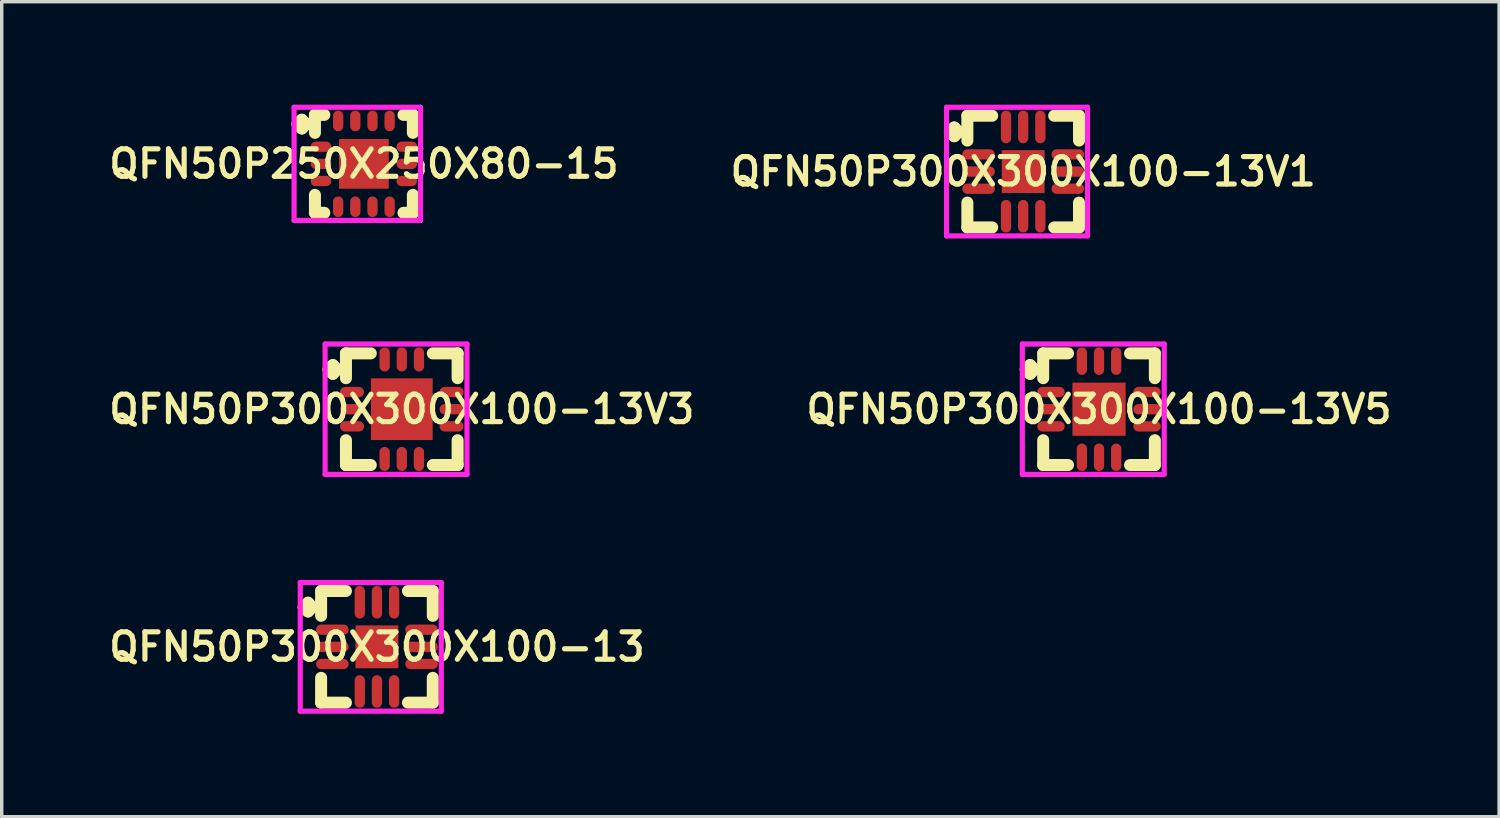
<source format=kicad_pcb>
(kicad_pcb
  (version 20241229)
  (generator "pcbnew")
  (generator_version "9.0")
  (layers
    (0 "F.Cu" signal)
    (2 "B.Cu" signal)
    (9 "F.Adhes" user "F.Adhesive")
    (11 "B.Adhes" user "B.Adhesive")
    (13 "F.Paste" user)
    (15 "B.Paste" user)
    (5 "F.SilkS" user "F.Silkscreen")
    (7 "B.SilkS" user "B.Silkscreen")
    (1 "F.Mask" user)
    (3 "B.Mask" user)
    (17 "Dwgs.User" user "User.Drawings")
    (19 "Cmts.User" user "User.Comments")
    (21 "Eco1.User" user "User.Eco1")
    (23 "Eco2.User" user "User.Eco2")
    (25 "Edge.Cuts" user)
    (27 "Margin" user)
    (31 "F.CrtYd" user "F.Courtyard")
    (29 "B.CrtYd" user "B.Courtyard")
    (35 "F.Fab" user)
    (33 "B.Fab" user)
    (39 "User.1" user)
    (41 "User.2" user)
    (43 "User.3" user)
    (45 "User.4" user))
  (footprint "QFN50P300X300X100-13V3"
    (layer "F.Cu")
    (at 8.659 8.875)
    (property "Reference" "QFN50P300X300X100-13V3" (at 0 0 0) (layer "F.SilkS") (effects (font (size 0.8 0.8) (thickness 0.15))))
    (attr smd)
    (fp_line (start -2.135 -1.158) (end -2.008 -1.285) (stroke (width 0.35) (type solid)) (layer "F.SilkS"))
    (fp_line (start -2.008 -1.285) (end -1.881 -1.158) (stroke (width 0.35) (type solid)) (layer "F.SilkS"))
    (fp_line (start -2.008 -1.031) (end -2.135 -1.158) (stroke (width 0.35) (type solid)) (layer "F.SilkS"))
    (fp_line (start -1.881 -1.158) (end -2.008 -1.031) (stroke (width 0.35) (type solid)) (layer "F.SilkS"))
    (fp_line (start -1.627 -1.627) (end -0.904 -1.627) (stroke (width 0.35) (type solid)) (layer "F.SilkS"))
    (fp_line (start -1.627 -0.904) (end -1.627 -1.627) (stroke (width 0.35) (type solid)) (layer "F.SilkS"))
    (fp_line (start -1.627 0.904) (end -1.627 1.627) (stroke (width 0.35) (type solid)) (layer "F.SilkS"))
    (fp_line (start -1.627 1.627) (end -0.904 1.627) (stroke (width 0.35) (type solid)) (layer "F.SilkS"))
    (fp_line (start 0.904 -1.627) (end 1.627 -1.627) (stroke (width 0.35) (type solid)) (layer "F.SilkS"))
    (fp_line (start 0.904 1.627) (end 1.627 1.627) (stroke (width 0.35) (type solid)) (layer "F.SilkS"))
    (fp_line (start 1.627 -1.627) (end 1.627 -0.904) (stroke (width 0.35) (type solid)) (layer "F.SilkS"))
    (fp_line (start 1.627 1.627) (end 1.627 0.904) (stroke (width 0.35) (type solid)) (layer "F.SilkS"))
    (fp_line (start -2.235 -1.9) (end 1.9 -1.9) (stroke (width 0.15) (type solid)) (layer "F.CrtYd"))
    (fp_line (start -2.235 1.9) (end -2.235 -1.9) (stroke (width 0.15) (type solid)) (layer "F.CrtYd"))
    (fp_line (start 1.9 -1.9) (end 1.9 1.9) (stroke (width 0.15) (type solid)) (layer "F.CrtYd"))
    (fp_line (start 1.9 1.9) (end -2.235 1.9) (stroke (width 0.15) (type solid)) (layer "F.CrtYd"))
    (pad "1" smd oval (at -1.45 -0.5) (size 0.7 0.3) (layers "F.Cu" "F.Mask" "F.Paste"))
    (pad "2" smd oval (at -1.45 0) (size 0.7 0.3) (layers "F.Cu" "F.Mask" "F.Paste"))
    (pad "3" smd oval (at -1.45 0.5) (size 0.7 0.3) (layers "F.Cu" "F.Mask" "F.Paste"))
    (pad "4" smd oval (at -0.5 1.45) (size 0.3 0.7) (layers "F.Cu" "F.Mask" "F.Paste"))
    (pad "5" smd oval (at 0 1.45) (size 0.3 0.7) (layers "F.Cu" "F.Mask" "F.Paste"))
    (pad "6" smd oval (at 0.5 1.45) (size 0.3 0.7) (layers "F.Cu" "F.Mask" "F.Paste"))
    (pad "7" smd oval (at 1.45 0.5) (size 0.7 0.3) (layers "F.Cu" "F.Mask" "F.Paste"))
    (pad "8" smd oval (at 1.45 0) (size 0.7 0.3) (layers "F.Cu" "F.Mask" "F.Paste"))
    (pad "9" smd oval (at 1.45 -0.5) (size 0.7 0.3) (layers "F.Cu" "F.Mask" "F.Paste"))
    (pad "10" smd oval (at 0.5 -1.45) (size 0.3 0.7) (layers "F.Cu" "F.Mask" "F.Paste"))
    (pad "11" smd oval (at 0 -1.45) (size 0.3 0.7) (layers "F.Cu" "F.Mask" "F.Paste"))
    (pad "12" smd oval (at -0.5 -1.45) (size 0.3 0.7) (layers "F.Cu" "F.Mask" "F.Paste"))
    (pad "13" smd rect (at 0 0) (size 1.8 1.8) (layers "F.Cu" "F.Mask" "F.Paste")))
  (footprint "QFN50P300X300X100-13"
    (layer "F.Cu")
    (at 7.935 15.8)
    (property "Reference" "QFN50P300X300X100-13" (at 0 0 0) (layer "F.SilkS") (effects (font (size 0.8 0.8) (thickness 0.15))))
    (attr smd)
    (fp_line (start -2.135 -1.158) (end -2.008 -1.285) (stroke (width 0.35) (type solid)) (layer "F.SilkS"))
    (fp_line (start -2.008 -1.285) (end -1.881 -1.158) (stroke (width 0.35) (type solid)) (layer "F.SilkS"))
    (fp_line (start -2.008 -1.031) (end -2.135 -1.158) (stroke (width 0.35) (type solid)) (layer "F.SilkS"))
    (fp_line (start -1.881 -1.158) (end -2.008 -1.031) (stroke (width 0.35) (type solid)) (layer "F.SilkS"))
    (fp_line (start -1.627 -1.627) (end -0.904 -1.627) (stroke (width 0.35) (type solid)) (layer "F.SilkS"))
    (fp_line (start -1.627 -0.904) (end -1.627 -1.627) (stroke (width 0.35) (type solid)) (layer "F.SilkS"))
    (fp_line (start -1.627 0.904) (end -1.627 1.627) (stroke (width 0.35) (type solid)) (layer "F.SilkS"))
    (fp_line (start -1.627 1.627) (end -0.904 1.627) (stroke (width 0.35) (type solid)) (layer "F.SilkS"))
    (fp_line (start 0.904 -1.627) (end 1.627 -1.627) (stroke (width 0.35) (type solid)) (layer "F.SilkS"))
    (fp_line (start 0.904 1.627) (end 1.627 1.627) (stroke (width 0.35) (type solid)) (layer "F.SilkS"))
    (fp_line (start 1.627 -1.627) (end 1.627 -0.904) (stroke (width 0.35) (type solid)) (layer "F.SilkS"))
    (fp_line (start 1.627 1.627) (end 1.627 0.904) (stroke (width 0.35) (type solid)) (layer "F.SilkS"))
    (fp_line (start -2.235 -1.875) (end 1.875 -1.875) (stroke (width 0.15) (type solid)) (layer "F.CrtYd"))
    (fp_line (start -2.235 1.875) (end -2.235 -1.875) (stroke (width 0.15) (type solid)) (layer "F.CrtYd"))
    (fp_line (start 1.875 -1.875) (end 1.875 1.875) (stroke (width 0.15) (type solid)) (layer "F.CrtYd"))
    (fp_line (start 1.875 1.875) (end -2.235 1.875) (stroke (width 0.15) (type solid)) (layer "F.CrtYd"))
    (pad "1" smd oval (at -1.3 -0.5) (size 0.95 0.3) (layers "F.Cu" "F.Mask" "F.Paste"))
    (pad "2" smd oval (at -1.3 0) (size 0.95 0.3) (layers "F.Cu" "F.Mask" "F.Paste"))
    (pad "3" smd oval (at -1.3 0.5) (size 0.95 0.3) (layers "F.Cu" "F.Mask" "F.Paste"))
    (pad "4" smd oval (at -0.5 1.3) (size 0.3 0.95) (layers "F.Cu" "F.Mask" "F.Paste"))
    (pad "5" smd oval (at 0 1.3) (size 0.3 0.95) (layers "F.Cu" "F.Mask" "F.Paste"))
    (pad "6" smd oval (at 0.5 1.3) (size 0.3 0.95) (layers "F.Cu" "F.Mask" "F.Paste"))
    (pad "7" smd oval (at 1.3 0.5) (size 0.95 0.3) (layers "F.Cu" "F.Mask" "F.Paste"))
    (pad "8" smd oval (at 1.3 0) (size 0.95 0.3) (layers "F.Cu" "F.Mask" "F.Paste"))
    (pad "9" smd oval (at 1.3 -0.5) (size 0.95 0.3) (layers "F.Cu" "F.Mask" "F.Paste"))
    (pad "10" smd oval (at 0.5 -1.3) (size 0.3 0.95) (layers "F.Cu" "F.Mask" "F.Paste"))
    (pad "11" smd oval (at 0 -1.3) (size 0.3 0.95) (layers "F.Cu" "F.Mask" "F.Paste"))
    (pad "12" smd oval (at -0.5 -1.3) (size 0.3 0.95) (layers "F.Cu" "F.Mask" "F.Paste"))
    (pad "13" smd rect (at 0 0) (size 1.25 1.25) (layers "F.Cu" "F.Mask" "F.Paste")))
  (footprint "QFN50P250X250X80-15"
    (layer "F.Cu")
    (at 7.555 1.725)
    (property "Reference" "QFN50P250X250X80-15" (at 0 0 0) (layer "F.SilkS") (effects (font (size 0.8 0.8) (thickness 0.15))))
    (attr smd)
    (fp_line (start -1.935 -1.158) (end -1.808 -1.285) (stroke (width 0.35) (type solid)) (layer "F.SilkS"))
    (fp_line (start -1.808 -1.285) (end -1.681 -1.158) (stroke (width 0.35) (type solid)) (layer "F.SilkS"))
    (fp_line (start -1.808 -1.031) (end -1.935 -1.158) (stroke (width 0.35) (type solid)) (layer "F.SilkS"))
    (fp_line (start -1.681 -1.158) (end -1.808 -1.031) (stroke (width 0.35) (type solid)) (layer "F.SilkS"))
    (fp_line (start -1.427 -1.427) (end -1.154 -1.427) (stroke (width 0.35) (type solid)) (layer "F.SilkS"))
    (fp_line (start -1.427 -0.904) (end -1.427 -1.427) (stroke (width 0.35) (type solid)) (layer "F.SilkS"))
    (fp_line (start -1.427 0.904) (end -1.427 1.427) (stroke (width 0.35) (type solid)) (layer "F.SilkS"))
    (fp_line (start -1.427 1.427) (end -1.154 1.427) (stroke (width 0.35) (type solid)) (layer "F.SilkS"))
    (fp_line (start 1.154 -1.427) (end 1.427 -1.427) (stroke (width 0.35) (type solid)) (layer "F.SilkS"))
    (fp_line (start 1.154 1.427) (end 1.427 1.427) (stroke (width 0.35) (type solid)) (layer "F.SilkS"))
    (fp_line (start 1.427 -1.427) (end 1.427 -0.904) (stroke (width 0.35) (type solid)) (layer "F.SilkS"))
    (fp_line (start 1.427 1.427) (end 1.427 0.904) (stroke (width 0.35) (type solid)) (layer "F.SilkS"))
    (fp_line (start -2.035 -1.65) (end 1.65 -1.65) (stroke (width 0.15) (type solid)) (layer "F.CrtYd"))
    (fp_line (start -2.035 1.65) (end -2.035 -1.65) (stroke (width 0.15) (type solid)) (layer "F.CrtYd"))
    (fp_line (start 1.65 -1.65) (end 1.65 1.65) (stroke (width 0.15) (type solid)) (layer "F.CrtYd"))
    (fp_line (start 1.65 1.65) (end -2.035 1.65) (stroke (width 0.15) (type solid)) (layer "F.CrtYd"))
    (pad "1" smd oval (at -1.25 -0.5) (size 0.6 0.3) (layers "F.Cu" "F.Mask" "F.Paste"))
    (pad "2" smd oval (at -1.25 0) (size 0.6 0.3) (layers "F.Cu" "F.Mask" "F.Paste"))
    (pad "3" smd oval (at -1.25 0.5) (size 0.6 0.3) (layers "F.Cu" "F.Mask" "F.Paste"))
    (pad "4" smd oval (at -0.75 1.25) (size 0.3 0.6) (layers "F.Cu" "F.Mask" "F.Paste"))
    (pad "5" smd oval (at -0.25 1.25) (size 0.3 0.6) (layers "F.Cu" "F.Mask" "F.Paste"))
    (pad "6" smd oval (at 0.25 1.25) (size 0.3 0.6) (layers "F.Cu" "F.Mask" "F.Paste"))
    (pad "7" smd oval (at 0.75 1.25) (size 0.3 0.6) (layers "F.Cu" "F.Mask" "F.Paste"))
    (pad "8" smd oval (at 1.25 0.5) (size 0.6 0.3) (layers "F.Cu" "F.Mask" "F.Paste"))
    (pad "9" smd oval (at 1.25 0) (size 0.6 0.3) (layers "F.Cu" "F.Mask" "F.Paste"))
    (pad "10" smd oval (at 1.25 -0.5) (size 0.6 0.3) (layers "F.Cu" "F.Mask" "F.Paste"))
    (pad "11" smd oval (at 0.75 -1.25) (size 0.3 0.6) (layers "F.Cu" "F.Mask" "F.Paste"))
    (pad "12" smd oval (at 0.25 -1.25) (size 0.3 0.6) (layers "F.Cu" "F.Mask" "F.Paste"))
    (pad "13" smd oval (at -0.25 -1.25) (size 0.3 0.6) (layers "F.Cu" "F.Mask" "F.Paste"))
    (pad "14" smd oval (at -0.75 -1.25) (size 0.3 0.6) (layers "F.Cu" "F.Mask" "F.Paste"))
    (pad "15" smd rect (at 0 0) (size 1.45 1.45) (layers "F.Cu" "F.Mask" "F.Paste")))
  (footprint "QFN50P300X300X100-13V1"
    (layer "F.Cu")
    (at 26.768 1.95)
    (property "Reference" "QFN50P300X300X100-13V1" (at 0 0 0) (layer "F.SilkS") (effects (font (size 0.8 0.8) (thickness 0.15))))
    (attr smd)
    (fp_line (start -2.135 -1.158) (end -2.008 -1.285) (stroke (width 0.35) (type solid)) (layer "F.SilkS"))
    (fp_line (start -2.008 -1.285) (end -1.881 -1.158) (stroke (width 0.35) (type solid)) (layer "F.SilkS"))
    (fp_line (start -2.008 -1.031) (end -2.135 -1.158) (stroke (width 0.35) (type solid)) (layer "F.SilkS"))
    (fp_line (start -1.881 -1.158) (end -2.008 -1.031) (stroke (width 0.35) (type solid)) (layer "F.SilkS"))
    (fp_line (start -1.627 -1.627) (end -0.904 -1.627) (stroke (width 0.35) (type solid)) (layer "F.SilkS"))
    (fp_line (start -1.627 -0.904) (end -1.627 -1.627) (stroke (width 0.35) (type solid)) (layer "F.SilkS"))
    (fp_line (start -1.627 0.904) (end -1.627 1.627) (stroke (width 0.35) (type solid)) (layer "F.SilkS"))
    (fp_line (start -1.627 1.627) (end -0.904 1.627) (stroke (width 0.35) (type solid)) (layer "F.SilkS"))
    (fp_line (start 0.904 -1.627) (end 1.627 -1.627) (stroke (width 0.35) (type solid)) (layer "F.SilkS"))
    (fp_line (start 0.904 1.627) (end 1.627 1.627) (stroke (width 0.35) (type solid)) (layer "F.SilkS"))
    (fp_line (start 1.627 -1.627) (end 1.627 -0.904) (stroke (width 0.35) (type solid)) (layer "F.SilkS"))
    (fp_line (start 1.627 1.627) (end 1.627 0.904) (stroke (width 0.35) (type solid)) (layer "F.SilkS"))
    (fp_line (start -2.235 -1.875) (end 1.875 -1.875) (stroke (width 0.15) (type solid)) (layer "F.CrtYd"))
    (fp_line (start -2.235 1.875) (end -2.235 -1.875) (stroke (width 0.15) (type solid)) (layer "F.CrtYd"))
    (fp_line (start 1.875 -1.875) (end 1.875 1.875) (stroke (width 0.15) (type solid)) (layer "F.CrtYd"))
    (fp_line (start 1.875 1.875) (end -2.235 1.875) (stroke (width 0.15) (type solid)) (layer "F.CrtYd"))
    (pad "1" smd oval (at -1.3 -0.5) (size 0.95 0.3) (layers "F.Cu" "F.Mask" "F.Paste"))
    (pad "2" smd oval (at -1.3 0) (size 0.95 0.3) (layers "F.Cu" "F.Mask" "F.Paste"))
    (pad "3" smd oval (at -1.3 0.5) (size 0.95 0.3) (layers "F.Cu" "F.Mask" "F.Paste"))
    (pad "4" smd oval (at -0.5 1.3) (size 0.3 0.95) (layers "F.Cu" "F.Mask" "F.Paste"))
    (pad "5" smd oval (at 0 1.3) (size 0.3 0.95) (layers "F.Cu" "F.Mask" "F.Paste"))
    (pad "6" smd oval (at 0.5 1.3) (size 0.3 0.95) (layers "F.Cu" "F.Mask" "F.Paste"))
    (pad "7" smd oval (at 1.3 0.5) (size 0.95 0.3) (layers "F.Cu" "F.Mask" "F.Paste"))
    (pad "8" smd oval (at 1.3 0) (size 0.95 0.3) (layers "F.Cu" "F.Mask" "F.Paste"))
    (pad "9" smd oval (at 1.3 -0.5) (size 0.95 0.3) (layers "F.Cu" "F.Mask" "F.Paste"))
    (pad "10" smd oval (at 0.5 -1.3) (size 0.3 0.95) (layers "F.Cu" "F.Mask" "F.Paste"))
    (pad "11" smd oval (at 0 -1.3) (size 0.3 0.95) (layers "F.Cu" "F.Mask" "F.Paste"))
    (pad "12" smd oval (at -0.5 -1.3) (size 0.3 0.95) (layers "F.Cu" "F.Mask" "F.Paste"))
    (pad "13" smd rect (at 0 0) (size 1.25 1.25) (layers "F.Cu" "F.Mask" "F.Paste")))
  (footprint "QFN50P300X300X100-13V5"
    (layer "F.Cu")
    (at 28.978 8.875)
    (property "Reference" "QFN50P300X300X100-13V5" (at 0 0 0) (layer "F.SilkS") (effects (font (size 0.8 0.8) (thickness 0.15))))
    (attr smd)
    (fp_line (start -2.135 -1.158) (end -2.008 -1.285) (stroke (width 0.35) (type solid)) (layer "F.SilkS"))
    (fp_line (start -2.008 -1.285) (end -1.881 -1.158) (stroke (width 0.35) (type solid)) (layer "F.SilkS"))
    (fp_line (start -2.008 -1.031) (end -2.135 -1.158) (stroke (width 0.35) (type solid)) (layer "F.SilkS"))
    (fp_line (start -1.881 -1.158) (end -2.008 -1.031) (stroke (width 0.35) (type solid)) (layer "F.SilkS"))
    (fp_line (start -1.627 -1.627) (end -0.904 -1.627) (stroke (width 0.35) (type solid)) (layer "F.SilkS"))
    (fp_line (start -1.627 -0.904) (end -1.627 -1.627) (stroke (width 0.35) (type solid)) (layer "F.SilkS"))
    (fp_line (start -1.627 0.904) (end -1.627 1.627) (stroke (width 0.35) (type solid)) (layer "F.SilkS"))
    (fp_line (start -1.627 1.627) (end -0.904 1.627) (stroke (width 0.35) (type solid)) (layer "F.SilkS"))
    (fp_line (start 0.904 -1.627) (end 1.627 -1.627) (stroke (width 0.35) (type solid)) (layer "F.SilkS"))
    (fp_line (start 0.904 1.627) (end 1.627 1.627) (stroke (width 0.35) (type solid)) (layer "F.SilkS"))
    (fp_line (start 1.627 -1.627) (end 1.627 -0.904) (stroke (width 0.35) (type solid)) (layer "F.SilkS"))
    (fp_line (start 1.627 1.627) (end 1.627 0.904) (stroke (width 0.35) (type solid)) (layer "F.SilkS"))
    (fp_line (start -2.235 -1.9) (end 1.9 -1.9) (stroke (width 0.15) (type solid)) (layer "F.CrtYd"))
    (fp_line (start -2.235 1.9) (end -2.235 -1.9) (stroke (width 0.15) (type solid)) (layer "F.CrtYd"))
    (fp_line (start 1.9 -1.9) (end 1.9 1.9) (stroke (width 0.15) (type solid)) (layer "F.CrtYd"))
    (fp_line (start 1.9 1.9) (end -2.235 1.9) (stroke (width 0.15) (type solid)) (layer "F.CrtYd"))
    (pad "1" smd oval (at -1.4 -0.5) (size 0.8 0.3) (layers "F.Cu" "F.Mask" "F.Paste"))
    (pad "2" smd oval (at -1.4 0) (size 0.8 0.3) (layers "F.Cu" "F.Mask" "F.Paste"))
    (pad "3" smd oval (at -1.4 0.5) (size 0.8 0.3) (layers "F.Cu" "F.Mask" "F.Paste"))
    (pad "4" smd oval (at -0.5 1.4) (size 0.3 0.8) (layers "F.Cu" "F.Mask" "F.Paste"))
    (pad "5" smd oval (at 0 1.4) (size 0.3 0.8) (layers "F.Cu" "F.Mask" "F.Paste"))
    (pad "6" smd oval (at 0.5 1.4) (size 0.3 0.8) (layers "F.Cu" "F.Mask" "F.Paste"))
    (pad "7" smd oval (at 1.4 0.5) (size 0.8 0.3) (layers "F.Cu" "F.Mask" "F.Paste"))
    (pad "8" smd oval (at 1.4 0) (size 0.8 0.3) (layers "F.Cu" "F.Mask" "F.Paste"))
    (pad "9" smd oval (at 1.4 -0.5) (size 0.8 0.3) (layers "F.Cu" "F.Mask" "F.Paste"))
    (pad "10" smd oval (at 0.5 -1.4) (size 0.3 0.8) (layers "F.Cu" "F.Mask" "F.Paste"))
    (pad "11" smd oval (at 0 -1.4) (size 0.3 0.8) (layers "F.Cu" "F.Mask" "F.Paste"))
    (pad "12" smd oval (at -0.5 -1.4) (size 0.3 0.8) (layers "F.Cu" "F.Mask" "F.Paste"))
    (pad "13" smd rect (at 0 0) (size 1.55 1.55) (layers "F.Cu" "F.Mask" "F.Paste")))
  (gr_rect
    (start -3 -3)
    (end 40.637 20.75)
    (stroke (width 0.1) (type default))
    (fill no)
    (layer "Edge.Cuts")))
</source>
